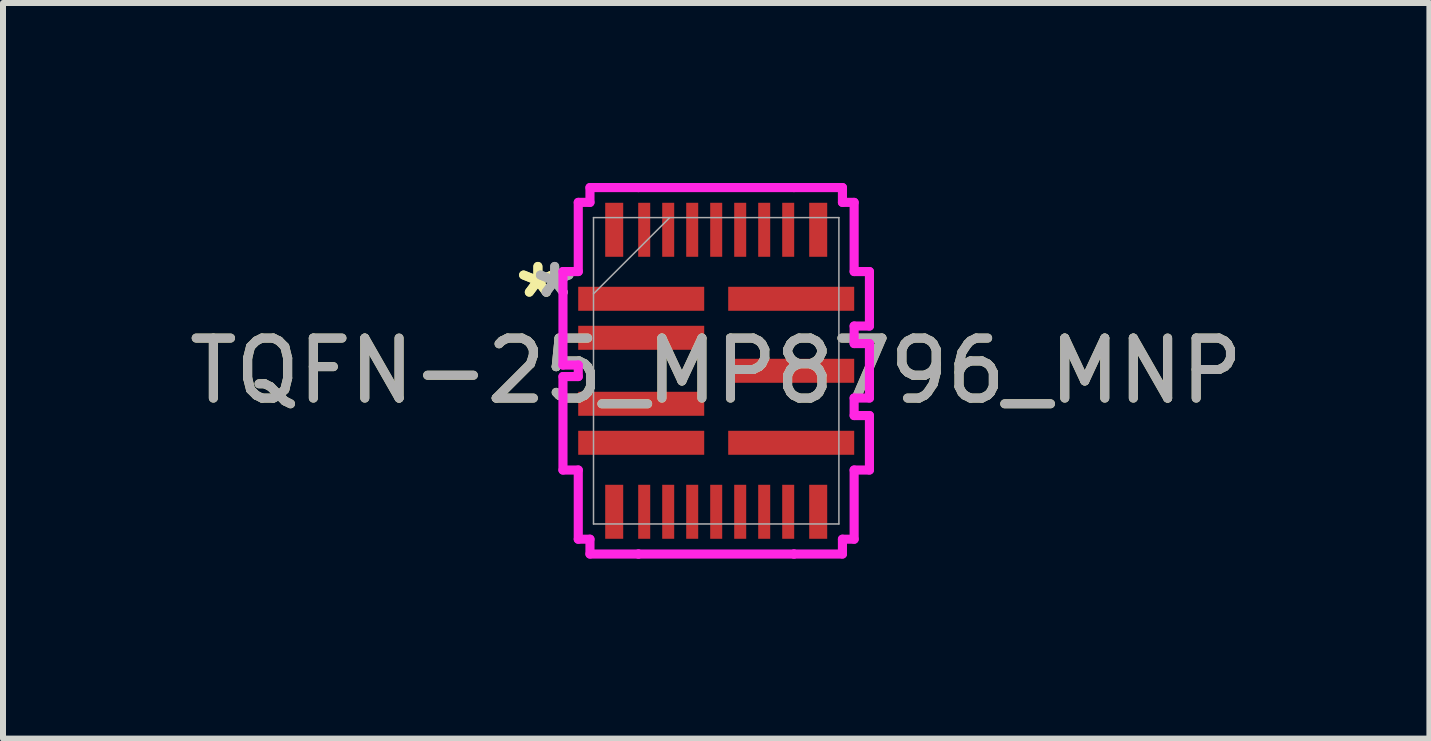
<source format=kicad_pcb>
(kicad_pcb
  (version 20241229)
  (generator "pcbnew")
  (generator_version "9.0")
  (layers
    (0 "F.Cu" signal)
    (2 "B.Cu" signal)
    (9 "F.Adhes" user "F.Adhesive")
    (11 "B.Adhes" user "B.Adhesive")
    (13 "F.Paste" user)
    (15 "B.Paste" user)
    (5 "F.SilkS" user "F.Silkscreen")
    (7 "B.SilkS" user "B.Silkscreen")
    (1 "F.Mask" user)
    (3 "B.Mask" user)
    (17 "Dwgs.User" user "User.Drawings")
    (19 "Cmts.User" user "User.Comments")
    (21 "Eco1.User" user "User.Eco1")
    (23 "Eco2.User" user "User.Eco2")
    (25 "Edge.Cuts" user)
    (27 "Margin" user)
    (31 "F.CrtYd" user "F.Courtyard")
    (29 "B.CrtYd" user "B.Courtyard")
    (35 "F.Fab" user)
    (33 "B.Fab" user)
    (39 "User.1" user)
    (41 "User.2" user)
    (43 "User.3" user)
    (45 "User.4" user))
  (footprint "TQFN-25_MP8796_MNP"
    (layer "F.Cu")
    (at 8.887 3.13)
    (property "Reference" "TQFN-25_MP8796_MNP" (at 0 0 0) (unlocked yes) (layer "F.SilkS") (effects (font (size 1 1) (thickness 0.15))))
    (attr smd)
    (fp_line (start -2.554 -1.654) (end -2.554 -0.096) (stroke (width 0.152) (type solid)) (layer "F.CrtYd"))
    (fp_line (start -2.554 -0.096) (end -2.299 -0.096) (stroke (width 0.152) (type solid)) (layer "F.CrtYd"))
    (fp_line (start -2.554 0.096) (end -2.554 1.654) (stroke (width 0.152) (type solid)) (layer "F.CrtYd"))
    (fp_line (start -2.554 1.654) (end -2.299 1.654) (stroke (width 0.152) (type solid)) (layer "F.CrtYd"))
    (fp_line (start -2.299 -2.807) (end -2.299 -1.654) (stroke (width 0.152) (type solid)) (layer "F.CrtYd"))
    (fp_line (start -2.299 -1.654) (end -2.554 -1.654) (stroke (width 0.152) (type solid)) (layer "F.CrtYd"))
    (fp_line (start -2.299 -0.096) (end -2.299 0.096) (stroke (width 0.152) (type solid)) (layer "F.CrtYd"))
    (fp_line (start -2.299 0.096) (end -2.554 0.096) (stroke (width 0.152) (type solid)) (layer "F.CrtYd"))
    (fp_line (start -2.299 1.654) (end -2.299 2.807) (stroke (width 0.152) (type solid)) (layer "F.CrtYd"))
    (fp_line (start -2.299 2.807) (end -2.104 2.807) (stroke (width 0.152) (type solid)) (layer "F.CrtYd"))
    (fp_line (start -2.104 -3.054) (end -2.104 -2.807) (stroke (width 0.152) (type solid)) (layer "F.CrtYd"))
    (fp_line (start -2.104 -2.807) (end -2.299 -2.807) (stroke (width 0.152) (type solid)) (layer "F.CrtYd"))
    (fp_line (start -2.104 2.807) (end -2.104 3.054) (stroke (width 0.152) (type solid)) (layer "F.CrtYd"))
    (fp_line (start -2.104 3.054) (end -1.296 3.054) (stroke (width 0.152) (type solid)) (layer "F.CrtYd"))
    (fp_line (start -1.296 -3.054) (end -2.104 -3.054) (stroke (width 0.152) (type solid)) (layer "F.CrtYd"))
    (fp_line (start -1.296 -3.054) (end -1.296 -3.054) (stroke (width 0.152) (type solid)) (layer "F.CrtYd"))
    (fp_line (start -1.296 3.054) (end -1.296 3.054) (stroke (width 0.152) (type solid)) (layer "F.CrtYd"))
    (fp_line (start -1.296 3.054) (end 1.296 3.054) (stroke (width 0.152) (type solid)) (layer "F.CrtYd"))
    (fp_line (start 1.296 -3.054) (end -1.296 -3.054) (stroke (width 0.152) (type solid)) (layer "F.CrtYd"))
    (fp_line (start 1.296 -3.054) (end 1.296 -3.054) (stroke (width 0.152) (type solid)) (layer "F.CrtYd"))
    (fp_line (start 1.296 3.054) (end 1.296 3.054) (stroke (width 0.152) (type solid)) (layer "F.CrtYd"))
    (fp_line (start 1.296 3.054) (end 2.104 3.054) (stroke (width 0.152) (type solid)) (layer "F.CrtYd"))
    (fp_line (start 2.104 -3.054) (end 1.296 -3.054) (stroke (width 0.152) (type solid)) (layer "F.CrtYd"))
    (fp_line (start 2.104 -2.807) (end 2.104 -3.054) (stroke (width 0.152) (type solid)) (layer "F.CrtYd"))
    (fp_line (start 2.104 2.807) (end 2.299 2.807) (stroke (width 0.152) (type solid)) (layer "F.CrtYd"))
    (fp_line (start 2.104 3.054) (end 2.104 2.807) (stroke (width 0.152) (type solid)) (layer "F.CrtYd"))
    (fp_line (start 2.299 -2.807) (end 2.104 -2.807) (stroke (width 0.152) (type solid)) (layer "F.CrtYd"))
    (fp_line (start 2.299 -1.654) (end 2.299 -2.807) (stroke (width 0.152) (type solid)) (layer "F.CrtYd"))
    (fp_line (start 2.299 -0.746) (end 2.554 -0.746) (stroke (width 0.152) (type solid)) (layer "F.CrtYd"))
    (fp_line (start 2.299 -0.454) (end 2.299 -0.746) (stroke (width 0.152) (type solid)) (layer "F.CrtYd"))
    (fp_line (start 2.299 0.454) (end 2.554 0.454) (stroke (width 0.152) (type solid)) (layer "F.CrtYd"))
    (fp_line (start 2.299 0.746) (end 2.299 0.454) (stroke (width 0.152) (type solid)) (layer "F.CrtYd"))
    (fp_line (start 2.299 1.654) (end 2.554 1.654) (stroke (width 0.152) (type solid)) (layer "F.CrtYd"))
    (fp_line (start 2.299 2.807) (end 2.299 1.654) (stroke (width 0.152) (type solid)) (layer "F.CrtYd"))
    (fp_line (start 2.554 -1.654) (end 2.299 -1.654) (stroke (width 0.152) (type solid)) (layer "F.CrtYd"))
    (fp_line (start 2.554 -0.746) (end 2.554 -1.654) (stroke (width 0.152) (type solid)) (layer "F.CrtYd"))
    (fp_line (start 2.554 -0.454) (end 2.299 -0.454) (stroke (width 0.152) (type solid)) (layer "F.CrtYd"))
    (fp_line (start 2.554 0.454) (end 2.554 -0.454) (stroke (width 0.152) (type solid)) (layer "F.CrtYd"))
    (fp_line (start 2.554 0.746) (end 2.299 0.746) (stroke (width 0.152) (type solid)) (layer "F.CrtYd"))
    (fp_line (start 2.554 1.654) (end 2.554 0.746) (stroke (width 0.152) (type solid)) (layer "F.CrtYd"))
    (fp_line (start -2.045 -2.553) (end -2.045 2.553) (stroke (width 0.025) (type solid)) (layer "F.Fab"))
    (fp_line (start -2.045 -1.283) (end -0.775 -2.553) (stroke (width 0.025) (type solid)) (layer "F.Fab"))
    (fp_line (start -2.045 2.553) (end 2.045 2.553) (stroke (width 0.025) (type solid)) (layer "F.Fab"))
    (fp_line (start 2.045 -2.553) (end -2.045 -2.553) (stroke (width 0.025) (type solid)) (layer "F.Fab"))
    (fp_line (start 2.045 2.553) (end 2.045 -2.553) (stroke (width 0.025) (type solid)) (layer "F.Fab"))
    (fp_text user "*" (at -2.972 -1.194 0) (unlocked yes) (layer "F.SilkS") (effects (font (size 1 1) (thickness 0.15))))
    (fp_text user "*" (at -2.972 -1.194 0) (layer "F.SilkS") (effects (font (size 1 1) (thickness 0.15))))
    (fp_text user "${REFERENCE}" (at 0 0 0) (unlocked yes) (layer "F.Fab") (effects (font (size 1 1) (thickness 0.15))))
    (fp_text user "*" (at -2.692 -1.194 0) (layer "F.Fab") (effects (font (size 1 1) (thickness 0.15))))
    (fp_text user "*" (at -2.692 -1.194 0) (unlocked yes) (layer "F.Fab") (effects (font (size 1 1) (thickness 0.15))))
    (pad "1" smd rect (at -1.25 -1.2) (size 2.1 0.4) (layers "F.Cu" "F.Mask" "F.Paste"))
    (pad "2" smd rect (at -1.25 -0.55) (size 2.1 0.4) (layers "F.Cu" "F.Mask" "F.Paste"))
    (pad "3" smd rect (at -1.25 0.55) (size 2.1 0.4) (layers "F.Cu" "F.Mask" "F.Paste"))
    (pad "4" smd rect (at -1.25 1.2) (size 2.1 0.4) (layers "F.Cu" "F.Mask" "F.Paste"))
    (pad "5" smd rect (at -1.7 2.35) (size 0.3 0.9) (layers "F.Cu" "F.Mask" "F.Paste"))
    (pad "6" smd rect (at -1.2 2.35 90) (size 0.9 0.2) (layers "F.Cu" "F.Mask" "F.Paste"))
    (pad "7" smd rect (at -0.8 2.35 90) (size 0.9 0.2) (layers "F.Cu" "F.Mask" "F.Paste"))
    (pad "8" smd rect (at -0.4 2.35 90) (size 0.9 0.2) (layers "F.Cu" "F.Mask" "F.Paste"))
    (pad "9" smd rect (at 0 2.35 90) (size 0.9 0.2) (layers "F.Cu" "F.Mask" "F.Paste"))
    (pad "10" smd rect (at 0.4 2.35 90) (size 0.9 0.2) (layers "F.Cu" "F.Mask" "F.Paste"))
    (pad "11" smd rect (at 0.8 2.35 90) (size 0.9 0.2) (layers "F.Cu" "F.Mask" "F.Paste"))
    (pad "12" smd rect (at 1.2 2.35 90) (size 0.9 0.2) (layers "F.Cu" "F.Mask" "F.Paste"))
    (pad "13" smd rect (at 1.7 2.35) (size 0.3 0.9) (layers "F.Cu" "F.Mask" "F.Paste"))
    (pad "14" smd rect (at 1.25 1.2) (size 2.1 0.4) (layers "F.Cu" "F.Mask" "F.Paste"))
    (pad "15" smd rect (at 1.25 0) (size 2.1 0.4) (layers "F.Cu" "F.Mask" "F.Paste"))
    (pad "16" smd rect (at 1.25 -1.2) (size 2.1 0.4) (layers "F.Cu" "F.Mask" "F.Paste"))
    (pad "17" smd rect (at 1.7 -2.35) (size 0.3 0.9) (layers "F.Cu" "F.Mask" "F.Paste"))
    (pad "18" smd rect (at 1.2 -2.35 90) (size 0.9 0.2) (layers "F.Cu" "F.Mask" "F.Paste"))
    (pad "19" smd rect (at 0.8 -2.35 90) (size 0.9 0.2) (layers "F.Cu" "F.Mask" "F.Paste"))
    (pad "20" smd rect (at 0.4 -2.35 90) (size 0.9 0.2) (layers "F.Cu" "F.Mask" "F.Paste"))
    (pad "21" smd rect (at 0 -2.35 90) (size 0.9 0.2) (layers "F.Cu" "F.Mask" "F.Paste"))
    (pad "22" smd rect (at -0.4 -2.35 90) (size 0.9 0.2) (layers "F.Cu" "F.Mask" "F.Paste"))
    (pad "23" smd rect (at -0.8 -2.35 90) (size 0.9 0.2) (layers "F.Cu" "F.Mask" "F.Paste"))
    (pad "24" smd rect (at -1.2 -2.35 90) (size 0.9 0.2) (layers "F.Cu" "F.Mask" "F.Paste"))
    (pad "25" smd rect (at -1.7 -2.35) (size 0.3 0.9) (layers "F.Cu" "F.Mask" "F.Paste")))
  (gr_rect
    (start -3 -3)
    (end 20.774 9.26)
    (stroke (width 0.1) (type default))
    (fill no)
    (layer "Edge.Cuts")))
</source>
